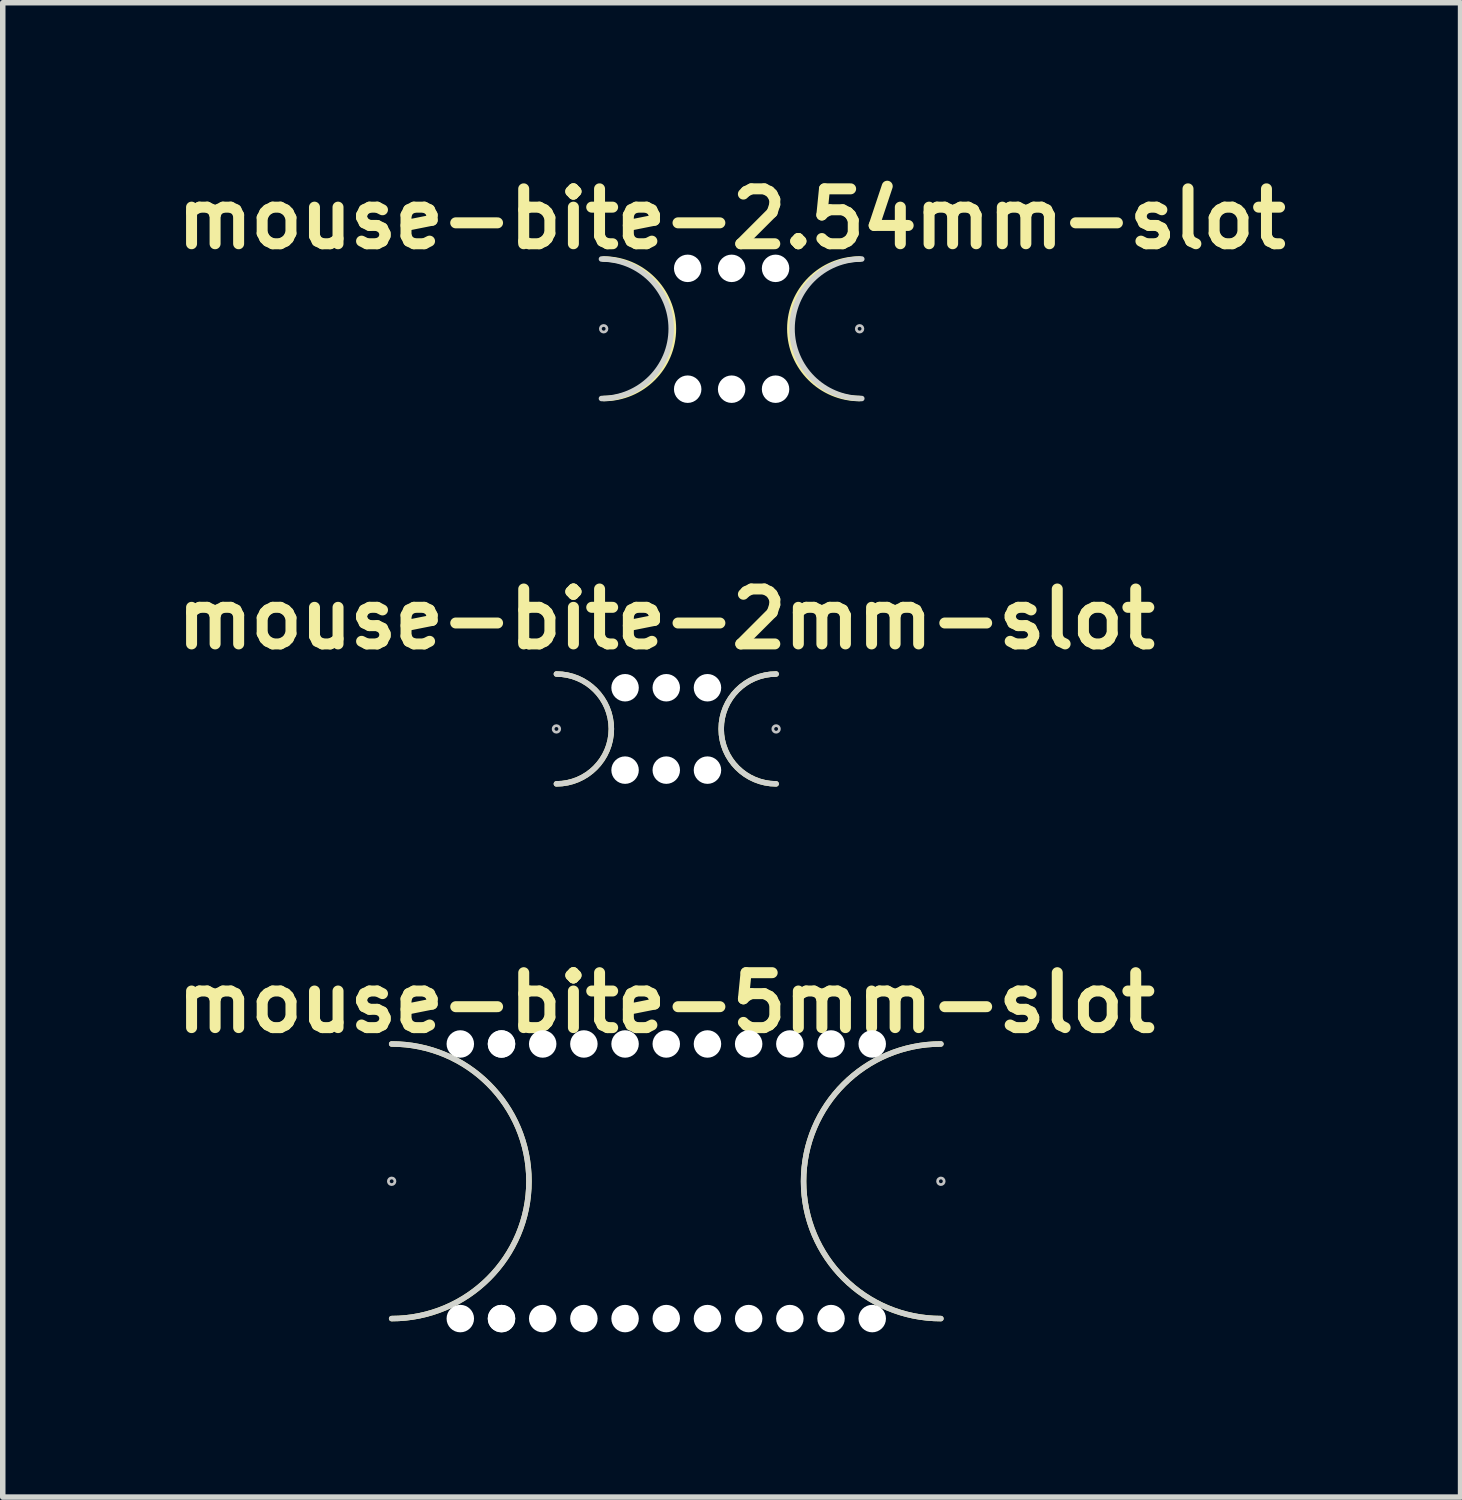
<source format=kicad_pcb>
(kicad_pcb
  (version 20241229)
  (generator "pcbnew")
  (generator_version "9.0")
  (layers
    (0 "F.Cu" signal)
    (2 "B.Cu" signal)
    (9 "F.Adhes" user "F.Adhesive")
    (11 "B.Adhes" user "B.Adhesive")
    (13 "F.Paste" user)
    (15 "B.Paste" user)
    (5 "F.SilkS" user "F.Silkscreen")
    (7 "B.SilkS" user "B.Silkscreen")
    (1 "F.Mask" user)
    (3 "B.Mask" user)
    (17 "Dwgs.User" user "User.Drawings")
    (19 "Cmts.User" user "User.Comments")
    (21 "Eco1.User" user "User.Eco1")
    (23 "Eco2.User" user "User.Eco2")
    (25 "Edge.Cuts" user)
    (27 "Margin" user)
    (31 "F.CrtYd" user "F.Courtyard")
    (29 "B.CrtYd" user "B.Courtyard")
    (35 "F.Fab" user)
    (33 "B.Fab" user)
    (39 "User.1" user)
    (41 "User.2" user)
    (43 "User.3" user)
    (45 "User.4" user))
  (footprint "mouse-bite-2mm-slot"
    (layer "F.Cu")
    (at 9.081 10.222)
    (property "Reference" "mouse-bite-2mm-slot" (at 0 -2 0) (layer "F.SilkS") (effects (font (size 1 1) (thickness 0.2))))
    (attr through_hole)
    (fp_arc (start -2 -1) (mid -1 0) (end -2 1) (stroke (width 0.1) (type solid)) (layer "F.SilkS"))
    (fp_arc (start 2 1) (mid 1 0) (end 2 -1) (stroke (width 0.1) (type solid)) (layer "F.SilkS"))
    (fp_circle (center -2 0) (end -2 -0.06) (stroke (width 0.05) (type solid)) (fill no) (layer "Dwgs.User"))
    (fp_circle (center 2 0) (end 2.06 0) (stroke (width 0.05) (type solid)) (fill no) (layer "Dwgs.User"))
    (fp_line (start -2 0) (end -2 0) (stroke (width 2) (type solid)) (layer "Eco1.User"))
    (fp_line (start 2 0) (end 2 0) (stroke (width 2) (type solid)) (layer "Eco1.User"))
    (fp_arc (start -2 -1) (mid -1 0) (end -2 1) (stroke (width 0.1) (type solid)) (layer "Edge.Cuts"))
    (fp_arc (start 2 1) (mid 1 0) (end 2 -1) (stroke (width 0.1) (type solid)) (layer "Edge.Cuts"))
    (pad "" np_thru_hole circle (at -0.75 -0.75) (size 0.5 0.5) (drill 0.5) (layers "*.Cu" "*.Mask"))
    (pad "" np_thru_hole circle (at -0.75 0.75) (size 0.5 0.5) (drill 0.5) (layers "*.Cu" "*.Mask"))
    (pad "" np_thru_hole circle (at 0 -0.75) (size 0.5 0.5) (drill 0.5) (layers "*.Cu" "*.Mask"))
    (pad "" np_thru_hole circle (at 0 0.75) (size 0.5 0.5) (drill 0.5) (layers "*.Cu" "*.Mask"))
    (pad "" np_thru_hole circle (at 0.75 -0.75) (size 0.5 0.5) (drill 0.5) (layers "*.Cu" "*.Mask"))
    (pad "" np_thru_hole circle (at 0.75 0.75) (size 0.5 0.5) (drill 0.5) (layers "*.Cu" "*.Mask")))
  (footprint "mouse-bite-2.54mm-slot"
    (layer "F.Cu")
    (at 10.271 2.936)
    (property "Reference" "mouse-bite-2.54mm-slot" (at 0 -2 0) (layer "F.SilkS") (effects (font (size 1 1) (thickness 0.2))))
    (attr through_hole)
    (fp_arc (start -2.33 -1.27) (mid -1.06 0) (end -2.33 1.27) (stroke (width 0.1) (type solid)) (layer "F.SilkS"))
    (fp_arc (start 2.33 1.27) (mid 1.06 0) (end 2.33 -1.27) (stroke (width 0.1) (type solid)) (layer "F.SilkS"))
    (fp_circle (center -2.33 0) (end -2.27 0) (stroke (width 0.05) (type solid)) (fill no) (layer "Dwgs.User"))
    (fp_circle (center 2.33 0) (end 2.33 -0.06) (stroke (width 0.05) (type solid)) (fill no) (layer "Dwgs.User"))
    (fp_line (start -2.33 0) (end -2.33 0) (stroke (width 2.54) (type solid)) (layer "Eco1.User"))
    (fp_line (start 2.33 0) (end 2.33 0) (stroke (width 2.54) (type solid)) (layer "Eco1.User"))
    (fp_arc (start -2.37 -1.27) (mid -1.1 0) (end -2.37 1.27) (stroke (width 0.1) (type solid)) (layer "Edge.Cuts"))
    (fp_arc (start 2.37 1.27) (mid 1.1 0) (end 2.37 -1.27) (stroke (width 0.1) (type solid)) (layer "Edge.Cuts"))
    (pad "" np_thru_hole circle (at -0.8 -1.1) (size 0.5 0.5) (drill 0.5) (layers "*.Cu" "*.Mask"))
    (pad "" np_thru_hole circle (at -0.8 1.1) (size 0.5 0.5) (drill 0.5) (layers "*.Cu" "*.Mask"))
    (pad "" np_thru_hole circle (at 0 -1.1) (size 0.5 0.5) (drill 0.5) (layers "*.Cu" "*.Mask"))
    (pad "" np_thru_hole circle (at 0 1.1) (size 0.5 0.5) (drill 0.5) (layers "*.Cu" "*.Mask"))
    (pad "" np_thru_hole circle (at 0.8 -1.1) (size 0.5 0.5) (drill 0.5) (layers "*.Cu" "*.Mask"))
    (pad "" np_thru_hole circle (at 0.8 1.1) (size 0.5 0.5) (drill 0.5) (layers "*.Cu" "*.Mask")))
  (footprint "mouse-bite-5mm-slot"
    (layer "F.Cu")
    (at 9.081 18.458)
    (property "Reference" "mouse-bite-5mm-slot" (at 0 -3.25 0) (layer "F.SilkS") (effects (font (size 1 1) (thickness 0.2))))
    (attr through_hole)
    (fp_arc (start -5 -2.5) (mid -2.5 0) (end -5 2.5) (stroke (width 0.1) (type solid)) (layer "F.SilkS"))
    (fp_arc (start 5 2.5) (mid 2.5 0) (end 5 -2.5) (stroke (width 0.1) (type solid)) (layer "F.SilkS"))
    (fp_circle (center -5 0) (end -4.94 0) (stroke (width 0.05) (type solid)) (fill no) (layer "Dwgs.User"))
    (fp_circle (center 5 0) (end 5.06 0) (stroke (width 0.05) (type solid)) (fill no) (layer "Dwgs.User"))
    (fp_line (start -5 0) (end -5 0) (stroke (width 5) (type solid)) (layer "Eco1.User"))
    (fp_line (start 5 0) (end 5 0) (stroke (width 5) (type solid)) (layer "Eco1.User"))
    (fp_arc (start -5 -2.5) (mid -2.5 0) (end -5 2.5) (stroke (width 0.1) (type solid)) (layer "Edge.Cuts"))
    (fp_arc (start 5 2.5) (mid 2.5 0) (end 5 -2.5) (stroke (width 0.1) (type solid)) (layer "Edge.Cuts"))
    (pad "" np_thru_hole circle (at -3.75 -2.5) (size 0.5 0.5) (drill 0.5) (layers "*.Cu" "*.Mask"))
    (pad "" np_thru_hole circle (at -3.75 2.5) (size 0.5 0.5) (drill 0.5) (layers "*.Cu" "*.Mask"))
    (pad "" np_thru_hole circle (at -3 -2.5) (size 0.5 0.5) (drill 0.5) (layers "*.Cu" "*.Mask"))
    (pad "" np_thru_hole circle (at -3 -2.5) (size 0.5 0.5) (drill 0.5) (layers "*.Cu" "*.Mask"))
    (pad "" np_thru_hole circle (at -3 2.5) (size 0.5 0.5) (drill 0.5) (layers "*.Cu" "*.Mask"))
    (pad "" np_thru_hole circle (at -3 2.5) (size 0.5 0.5) (drill 0.5) (layers "*.Cu" "*.Mask"))
    (pad "" np_thru_hole circle (at -2.25 -2.5) (size 0.5 0.5) (drill 0.5) (layers "*.Cu" "*.Mask"))
    (pad "" np_thru_hole circle (at -2.25 2.5) (size 0.5 0.5) (drill 0.5) (layers "*.Cu" "*.Mask"))
    (pad "" np_thru_hole circle (at -1.5 -2.5) (size 0.5 0.5) (drill 0.5) (layers "*.Cu" "*.Mask"))
    (pad "" np_thru_hole circle (at -1.5 2.5) (size 0.5 0.5) (drill 0.5) (layers "*.Cu" "*.Mask"))
    (pad "" np_thru_hole circle (at -0.75 -2.5) (size 0.5 0.5) (drill 0.5) (layers "*.Cu" "*.Mask"))
    (pad "" np_thru_hole circle (at -0.75 2.5) (size 0.5 0.5) (drill 0.5) (layers "*.Cu" "*.Mask"))
    (pad "" np_thru_hole circle (at 0 -2.5) (size 0.5 0.5) (drill 0.5) (layers "*.Cu" "*.Mask"))
    (pad "" np_thru_hole circle (at 0 2.5) (size 0.5 0.5) (drill 0.5) (layers "*.Cu" "*.Mask"))
    (pad "" np_thru_hole circle (at 0.75 -2.5) (size 0.5 0.5) (drill 0.5) (layers "*.Cu" "*.Mask"))
    (pad "" np_thru_hole circle (at 0.75 2.5) (size 0.5 0.5) (drill 0.5) (layers "*.Cu" "*.Mask"))
    (pad "" np_thru_hole circle (at 1.5 -2.5) (size 0.5 0.5) (drill 0.5) (layers "*.Cu" "*.Mask"))
    (pad "" np_thru_hole circle (at 1.5 2.5) (size 0.5 0.5) (drill 0.5) (layers "*.Cu" "*.Mask"))
    (pad "" np_thru_hole circle (at 2.25 -2.5) (size 0.5 0.5) (drill 0.5) (layers "*.Cu" "*.Mask"))
    (pad "" np_thru_hole circle (at 2.25 2.5) (size 0.5 0.5) (drill 0.5) (layers "*.Cu" "*.Mask"))
    (pad "" np_thru_hole circle (at 3 -2.5) (size 0.5 0.5) (drill 0.5) (layers "*.Cu" "*.Mask"))
    (pad "" np_thru_hole circle (at 3 2.5) (size 0.5 0.5) (drill 0.5) (layers "*.Cu" "*.Mask"))
    (pad "" np_thru_hole circle (at 3.75 -2.5) (size 0.5 0.5) (drill 0.5) (layers "*.Cu" "*.Mask"))
    (pad "" np_thru_hole circle (at 3.75 2.5) (size 0.5 0.5) (drill 0.5) (layers "*.Cu" "*.Mask")))
  (gr_rect
    (start -3 -3)
    (end 23.543 24.208)
    (stroke (width 0.1) (type default))
    (fill no)
    (layer "Edge.Cuts")))
</source>
